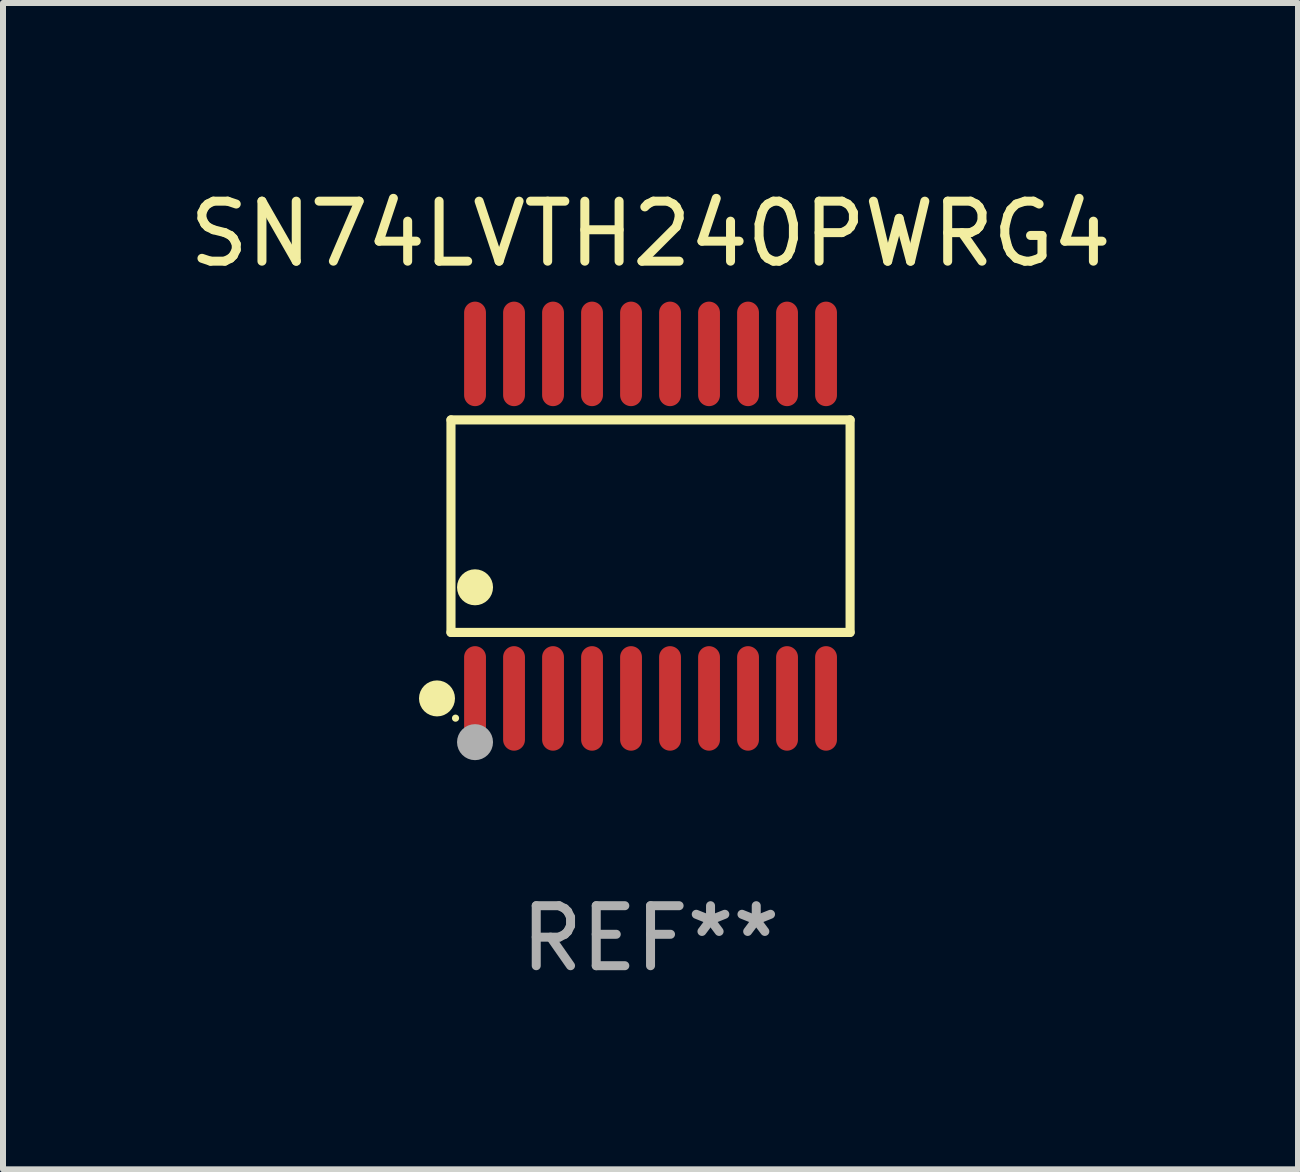
<source format=kicad_pcb>
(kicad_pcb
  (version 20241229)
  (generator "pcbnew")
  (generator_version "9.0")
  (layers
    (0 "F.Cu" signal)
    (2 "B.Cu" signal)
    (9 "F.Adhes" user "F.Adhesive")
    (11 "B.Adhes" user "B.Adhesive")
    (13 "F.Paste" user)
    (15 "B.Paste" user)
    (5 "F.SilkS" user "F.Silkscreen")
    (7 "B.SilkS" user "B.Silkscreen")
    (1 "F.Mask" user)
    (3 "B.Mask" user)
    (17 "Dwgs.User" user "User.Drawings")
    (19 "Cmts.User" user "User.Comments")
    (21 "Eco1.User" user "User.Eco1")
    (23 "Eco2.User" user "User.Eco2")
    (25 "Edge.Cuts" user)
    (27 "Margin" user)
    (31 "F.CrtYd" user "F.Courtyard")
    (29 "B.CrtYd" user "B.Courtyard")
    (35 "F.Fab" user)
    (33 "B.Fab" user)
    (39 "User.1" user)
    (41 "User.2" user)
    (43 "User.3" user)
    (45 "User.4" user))
  (footprint "SN74LVTH240PWRG4"
    (layer "F.Cu")
    (at 7.792 5.719)
    (property "Reference" "SN74LVTH240PWRG4" (at 0 -4.871 0) (layer "F.SilkS") (effects (font (size 1 1) (thickness 0.15))))
    (attr through_hole)
    (fp_line (start -3.326 -1.771) (end 3.326 -1.771) (stroke (width 0.152) (type solid)) (layer "F.SilkS"))
    (fp_line (start -3.326 1.771) (end -3.326 -1.771) (stroke (width 0.152) (type solid)) (layer "F.SilkS"))
    (fp_line (start 3.326 -1.771) (end 3.326 1.771) (stroke (width 0.152) (type solid)) (layer "F.SilkS"))
    (fp_line (start 3.326 1.771) (end -3.326 1.771) (stroke (width 0.152) (type solid)) (layer "F.SilkS"))
    (fp_circle (center -3.559 2.871) (end -3.409 2.871) (stroke (width 0.3) (type solid)) (fill no) (layer "F.SilkS"))
    (fp_circle (center -3.25 3.2) (end -3.22 3.2) (stroke (width 0.06) (type solid)) (fill no) (layer "F.SilkS"))
    (fp_circle (center -2.925 1.019) (end -2.775 1.019) (stroke (width 0.3) (type solid)) (fill no) (layer "F.SilkS"))
    (fp_circle (center -2.925 3.6) (end -2.775 3.6) (stroke (width 0.3) (type solid)) (fill no) (layer "F.Fab"))
    (fp_text user "REF**" (at 0 6.871 0) (layer "F.Fab") (effects (font (size 1 1) (thickness 0.15))))
    (pad "1" smd oval (at -2.925 2.871) (size 0.364 1.742) (layers "F.Cu" "F.Mask" "F.Paste"))
    (pad "2" smd oval (at -2.275 2.871) (size 0.364 1.742) (layers "F.Cu" "F.Mask" "F.Paste"))
    (pad "3" smd oval (at -1.625 2.871) (size 0.364 1.742) (layers "F.Cu" "F.Mask" "F.Paste"))
    (pad "4" smd oval (at -0.975 2.871) (size 0.364 1.742) (layers "F.Cu" "F.Mask" "F.Paste"))
    (pad "5" smd oval (at -0.325 2.871) (size 0.364 1.742) (layers "F.Cu" "F.Mask" "F.Paste"))
    (pad "6" smd oval (at 0.325 2.871) (size 0.364 1.742) (layers "F.Cu" "F.Mask" "F.Paste"))
    (pad "7" smd oval (at 0.975 2.871) (size 0.364 1.742) (layers "F.Cu" "F.Mask" "F.Paste"))
    (pad "8" smd oval (at 1.625 2.871) (size 0.364 1.742) (layers "F.Cu" "F.Mask" "F.Paste"))
    (pad "9" smd oval (at 2.275 2.871) (size 0.364 1.742) (layers "F.Cu" "F.Mask" "F.Paste"))
    (pad "10" smd oval (at 2.925 2.871) (size 0.364 1.742) (layers "F.Cu" "F.Mask" "F.Paste"))
    (pad "11" smd oval (at 2.925 -2.871) (size 0.364 1.742) (layers "F.Cu" "F.Mask" "F.Paste"))
    (pad "12" smd oval (at 2.275 -2.871) (size 0.364 1.742) (layers "F.Cu" "F.Mask" "F.Paste"))
    (pad "13" smd oval (at 1.625 -2.871) (size 0.364 1.742) (layers "F.Cu" "F.Mask" "F.Paste"))
    (pad "14" smd oval (at 0.975 -2.871) (size 0.364 1.742) (layers "F.Cu" "F.Mask" "F.Paste"))
    (pad "15" smd oval (at 0.325 -2.871) (size 0.364 1.742) (layers "F.Cu" "F.Mask" "F.Paste"))
    (pad "16" smd oval (at -0.325 -2.871) (size 0.364 1.742) (layers "F.Cu" "F.Mask" "F.Paste"))
    (pad "17" smd oval (at -0.975 -2.871) (size 0.364 1.742) (layers "F.Cu" "F.Mask" "F.Paste"))
    (pad "18" smd oval (at -1.625 -2.871) (size 0.364 1.742) (layers "F.Cu" "F.Mask" "F.Paste"))
    (pad "19" smd oval (at -2.275 -2.871) (size 0.364 1.742) (layers "F.Cu" "F.Mask" "F.Paste"))
    (pad "20" smd oval (at -2.925 -2.871) (size 0.364 1.742) (layers "F.Cu" "F.Mask" "F.Paste")))
  (gr_rect
    (start -3 -3)
    (end 18.583 16.438)
    (stroke (width 0.1) (type default))
    (fill no)
    (layer "Edge.Cuts")))
</source>
